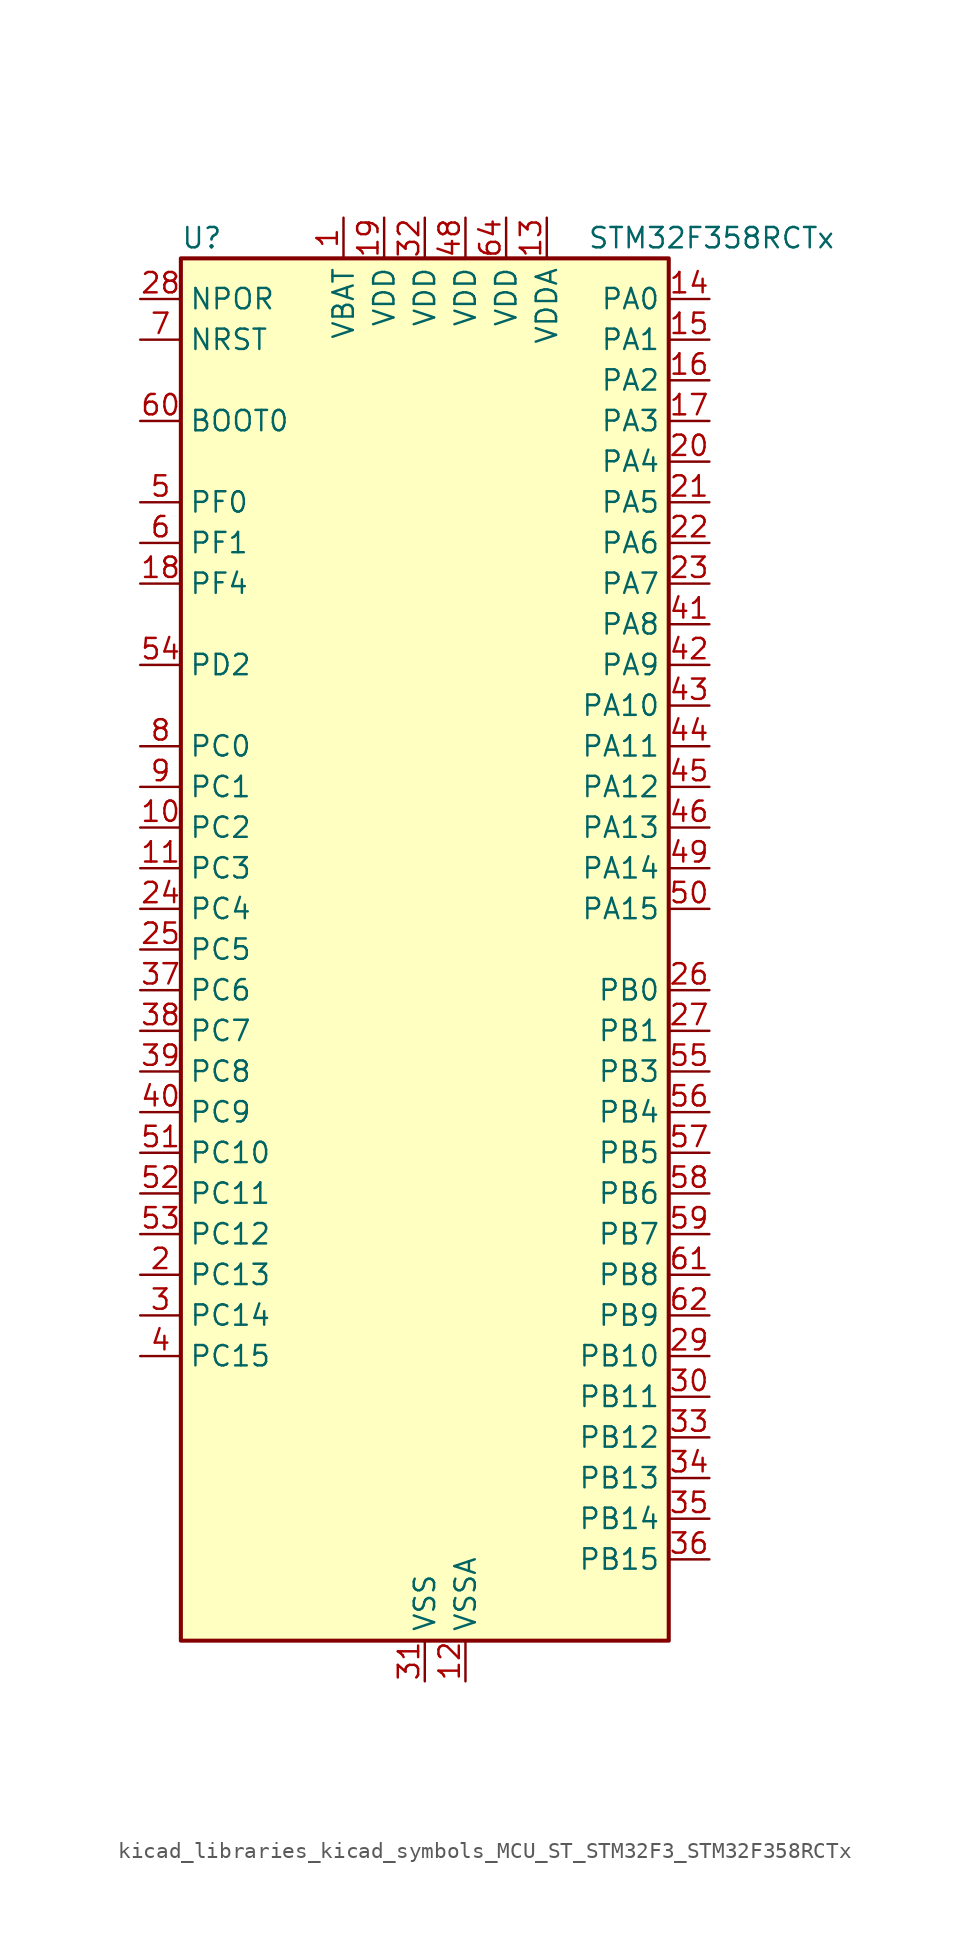
<source format=kicad_sym>
(kicad_symbol_lib
  (version 20220914)
  (generator kicad_symbol_editor)
  (symbol "kicad_libraries_kicad_symbols_MCU_ST_STM32F3_STM32F358RCTx"
    (property "Reference" "U"
      (at -15.24 44.45 0)
      (effects (font (size 1.27 1.27)) (justify left)))
    (property "Value" "STM32F358RCTx"
      (at 10.16 44.45 0)
      (effects (font (size 1.27 1.27)) (justify left)))
    (property "ki_locked" ""
      (at 0 0 0)
      (effects (font (size 1.27 1.27))))
    (symbol "kicad_libraries_kicad_symbols_MCU_ST_STM32F3_STM32F358RCTx_0_1"
      (rectangle (start -15.24 -43.18) (end 15.24 43.18) (stroke (width 0.254) (type default)) (fill (type background))))
    (symbol "kicad_libraries_kicad_symbols_MCU_ST_STM32F3_STM32F358RCTx_1_1"
      (pin power_in line (at -5.08 45.72 270) (length 2.54) (name "VBAT" (effects (font (size 1.27 1.27)))) (number "1" (effects (font (size 1.27 1.27)))))
      (pin bidirectional line (at -17.78 7.62 0) (length 2.54) (name "PC2" (effects (font (size 1.27 1.27)))) (number "10" (effects (font (size 1.27 1.27)))) (alternate "ADC1_IN8" bidirectional line) (alternate "ADC2_IN8" bidirectional line) (alternate "ADC3_EXTI2" bidirectional line) (alternate "ADC4_EXTI2" bidirectional line) (alternate "COMP7_OUT" bidirectional line))
      (pin bidirectional line (at -17.78 5.08 0) (length 2.54) (name "PC3" (effects (font (size 1.27 1.27)))) (number "11" (effects (font (size 1.27 1.27)))) (alternate "ADC1_IN9" bidirectional line) (alternate "ADC2_IN9" bidirectional line) (alternate "TIM1_BKIN2" bidirectional line))
      (pin power_in line (at 2.54 -45.72 90) (length 2.54) (name "VSSA" (effects (font (size 1.27 1.27)))) (number "12" (effects (font (size 1.27 1.27)))))
      (pin power_in line (at 7.62 45.72 270) (length 2.54) (name "VDDA" (effects (font (size 1.27 1.27)))) (number "13" (effects (font (size 1.27 1.27)))))
      (pin bidirectional line (at 17.78 40.64 180) (length 2.54) (name "PA0" (effects (font (size 1.27 1.27)))) (number "14" (effects (font (size 1.27 1.27)))) (alternate "ADC1_IN1" bidirectional line) (alternate "COMP1_INM" bidirectional line) (alternate "COMP1_OUT" bidirectional line) (alternate "COMP7_INP" bidirectional line) (alternate "RTC_TAMP2" bidirectional line) (alternate "SYS_WKUP1" bidirectional line) (alternate "TIM2_CH1" bidirectional line) (alternate "TIM2_ETR" bidirectional line) (alternate "TIM8_BKIN" bidirectional line) (alternate "TIM8_ETR" bidirectional line) (alternate "TSC_G1_IO1" bidirectional line) (alternate "USART2_CTS" bidirectional line))
      (pin bidirectional line (at 17.78 38.1 180) (length 2.54) (name "PA1" (effects (font (size 1.27 1.27)))) (number "15" (effects (font (size 1.27 1.27)))) (alternate "ADC1_IN2" bidirectional line) (alternate "COMP1_INP" bidirectional line) (alternate "OPAMP1_VINP" bidirectional line) (alternate "OPAMP1_VINP_SEC" bidirectional line) (alternate "OPAMP3_VINP" bidirectional line) (alternate "OPAMP3_VINP_SEC" bidirectional line) (alternate "RTC_REFIN" bidirectional line) (alternate "TIM15_CH1N" bidirectional line) (alternate "TIM2_CH2" bidirectional line) (alternate "TSC_G1_IO2" bidirectional line) (alternate "USART2_DE" bidirectional line) (alternate "USART2_RTS" bidirectional line))
      (pin bidirectional line (at 17.78 35.56 180) (length 2.54) (name "PA2" (effects (font (size 1.27 1.27)))) (number "16" (effects (font (size 1.27 1.27)))) (alternate "ADC1_IN3" bidirectional line) (alternate "ADC3_EXTI2" bidirectional line) (alternate "ADC4_EXTI2" bidirectional line) (alternate "COMP2_INM" bidirectional line) (alternate "COMP2_OUT" bidirectional line) (alternate "OPAMP1_VOUT" bidirectional line) (alternate "TIM15_CH1" bidirectional line) (alternate "TIM2_CH3" bidirectional line) (alternate "TSC_G1_IO3" bidirectional line) (alternate "USART2_TX" bidirectional line))
      (pin bidirectional line (at 17.78 33.02 180) (length 2.54) (name "PA3" (effects (font (size 1.27 1.27)))) (number "17" (effects (font (size 1.27 1.27)))) (alternate "ADC1_IN4" bidirectional line) (alternate "COMP2_INP" bidirectional line) (alternate "OPAMP1_VINM" bidirectional line) (alternate "OPAMP1_VINM_SEC" bidirectional line) (alternate "OPAMP1_VINP" bidirectional line) (alternate "OPAMP1_VINP_SEC" bidirectional line) (alternate "TIM15_CH2" bidirectional line) (alternate "TIM2_CH4" bidirectional line) (alternate "TSC_G1_IO4" bidirectional line) (alternate "USART2_RX" bidirectional line))
      (pin bidirectional line (at -17.78 22.86 0) (length 2.54) (name "PF4" (effects (font (size 1.27 1.27)))) (number "18" (effects (font (size 1.27 1.27)))) (alternate "ADC1_IN5" bidirectional line) (alternate "COMP1_OUT" bidirectional line))
      (pin power_in line (at -2.54 45.72 270) (length 2.54) (name "VDD" (effects (font (size 1.27 1.27)))) (number "19" (effects (font (size 1.27 1.27)))))
      (pin bidirectional line (at -17.78 -20.32 0) (length 2.54) (name "PC13" (effects (font (size 1.27 1.27)))) (number "2" (effects (font (size 1.27 1.27)))) (alternate "RTC_OUT_ALARM" bidirectional line) (alternate "RTC_OUT_CALIB" bidirectional line) (alternate "RTC_TAMP1" bidirectional line) (alternate "RTC_TS" bidirectional line) (alternate "SYS_WKUP2" bidirectional line) (alternate "TIM1_CH1N" bidirectional line))
      (pin bidirectional line (at 17.78 30.48 180) (length 2.54) (name "PA4" (effects (font (size 1.27 1.27)))) (number "20" (effects (font (size 1.27 1.27)))) (alternate "ADC2_IN1" bidirectional line) (alternate "COMP1_INM" bidirectional line) (alternate "COMP2_INM" bidirectional line) (alternate "COMP3_INM" bidirectional line) (alternate "COMP4_INM" bidirectional line) (alternate "COMP5_INM" bidirectional line) (alternate "COMP6_INM" bidirectional line) (alternate "COMP7_INM" bidirectional line) (alternate "DAC_OUT1" bidirectional line) (alternate "I2S3_WS" bidirectional line) (alternate "OPAMP4_VINP" bidirectional line) (alternate "OPAMP4_VINP_SEC" bidirectional line) (alternate "SPI1_NSS" bidirectional line) (alternate "SPI3_NSS" bidirectional line) (alternate "TIM3_CH2" bidirectional line) (alternate "TSC_G2_IO1" bidirectional line) (alternate "USART2_CK" bidirectional line))
      (pin bidirectional line (at 17.78 27.94 180) (length 2.54) (name "PA5" (effects (font (size 1.27 1.27)))) (number "21" (effects (font (size 1.27 1.27)))) (alternate "ADC2_IN2" bidirectional line) (alternate "COMP1_INM" bidirectional line) (alternate "COMP2_INM" bidirectional line) (alternate "COMP3_INM" bidirectional line) (alternate "COMP4_INM" bidirectional line) (alternate "COMP5_INM" bidirectional line) (alternate "COMP6_INM" bidirectional line) (alternate "COMP7_INM" bidirectional line) (alternate "DAC_OUT2" bidirectional line) (alternate "OPAMP1_VINP" bidirectional line) (alternate "OPAMP1_VINP_SEC" bidirectional line) (alternate "OPAMP2_VINM" bidirectional line) (alternate "OPAMP2_VINM_SEC" bidirectional line) (alternate "OPAMP3_VINP" bidirectional line) (alternate "OPAMP3_VINP_SEC" bidirectional line) (alternate "SPI1_SCK" bidirectional line) (alternate "TIM2_CH1" bidirectional line) (alternate "TIM2_ETR" bidirectional line) (alternate "TSC_G2_IO2" bidirectional line))
      (pin bidirectional line (at 17.78 25.4 180) (length 2.54) (name "PA6" (effects (font (size 1.27 1.27)))) (number "22" (effects (font (size 1.27 1.27)))) (alternate "ADC2_IN3" bidirectional line) (alternate "COMP1_OUT" bidirectional line) (alternate "OPAMP2_VOUT" bidirectional line) (alternate "SPI1_MISO" bidirectional line) (alternate "TIM16_CH1" bidirectional line) (alternate "TIM1_BKIN" bidirectional line) (alternate "TIM3_CH1" bidirectional line) (alternate "TIM8_BKIN" bidirectional line) (alternate "TSC_G2_IO3" bidirectional line))
      (pin bidirectional line (at 17.78 22.86 180) (length 2.54) (name "PA7" (effects (font (size 1.27 1.27)))) (number "23" (effects (font (size 1.27 1.27)))) (alternate "ADC2_IN4" bidirectional line) (alternate "COMP2_INP" bidirectional line) (alternate "COMP2_OUT" bidirectional line) (alternate "OPAMP1_VINP" bidirectional line) (alternate "OPAMP1_VINP_SEC" bidirectional line) (alternate "OPAMP2_VINP" bidirectional line) (alternate "OPAMP2_VINP_SEC" bidirectional line) (alternate "SPI1_MOSI" bidirectional line) (alternate "TIM17_CH1" bidirectional line) (alternate "TIM1_CH1N" bidirectional line) (alternate "TIM3_CH2" bidirectional line) (alternate "TIM8_CH1N" bidirectional line) (alternate "TSC_G2_IO4" bidirectional line))
      (pin bidirectional line (at -17.78 2.54 0) (length 2.54) (name "PC4" (effects (font (size 1.27 1.27)))) (number "24" (effects (font (size 1.27 1.27)))) (alternate "ADC2_IN5" bidirectional line) (alternate "USART1_TX" bidirectional line))
      (pin bidirectional line (at -17.78 0 0) (length 2.54) (name "PC5" (effects (font (size 1.27 1.27)))) (number "25" (effects (font (size 1.27 1.27)))) (alternate "ADC2_IN11" bidirectional line) (alternate "OPAMP1_VINM" bidirectional line) (alternate "OPAMP1_VINM_SEC" bidirectional line) (alternate "OPAMP2_VINM" bidirectional line) (alternate "OPAMP2_VINM_SEC" bidirectional line) (alternate "TSC_G3_IO1" bidirectional line) (alternate "USART1_RX" bidirectional line))
      (pin bidirectional line (at 17.78 -2.54 180) (length 2.54) (name "PB0" (effects (font (size 1.27 1.27)))) (number "26" (effects (font (size 1.27 1.27)))) (alternate "ADC3_IN12" bidirectional line) (alternate "COMP4_INP" bidirectional line) (alternate "OPAMP2_VINP" bidirectional line) (alternate "OPAMP2_VINP_SEC" bidirectional line) (alternate "OPAMP3_VINP" bidirectional line) (alternate "OPAMP3_VINP_SEC" bidirectional line) (alternate "TIM1_CH2N" bidirectional line) (alternate "TIM3_CH3" bidirectional line) (alternate "TIM8_CH2N" bidirectional line) (alternate "TSC_G3_IO2" bidirectional line))
      (pin bidirectional line (at 17.78 -5.08 180) (length 2.54) (name "PB1" (effects (font (size 1.27 1.27)))) (number "27" (effects (font (size 1.27 1.27)))) (alternate "ADC3_IN1" bidirectional line) (alternate "COMP4_OUT" bidirectional line) (alternate "OPAMP3_VOUT" bidirectional line) (alternate "TIM1_CH3N" bidirectional line) (alternate "TIM3_CH4" bidirectional line) (alternate "TIM8_CH3N" bidirectional line) (alternate "TSC_G3_IO3" bidirectional line))
      (pin input line (at -17.78 40.64 0) (length 2.54) (name "NPOR" (effects (font (size 1.27 1.27)))) (number "28" (effects (font (size 1.27 1.27)))))
      (pin bidirectional line (at 17.78 -25.4 180) (length 2.54) (name "PB10" (effects (font (size 1.27 1.27)))) (number "29" (effects (font (size 1.27 1.27)))) (alternate "COMP5_INM" bidirectional line) (alternate "OPAMP3_VINM" bidirectional line) (alternate "OPAMP3_VINM_SEC" bidirectional line) (alternate "OPAMP4_VINM" bidirectional line) (alternate "OPAMP4_VINM_SEC" bidirectional line) (alternate "TIM2_CH3" bidirectional line) (alternate "TSC_SYNC" bidirectional line) (alternate "USART3_TX" bidirectional line))
      (pin bidirectional line (at -17.78 -22.86 0) (length 2.54) (name "PC14" (effects (font (size 1.27 1.27)))) (number "3" (effects (font (size 1.27 1.27)))) (alternate "RCC_OSC32_IN" bidirectional line))
      (pin bidirectional line (at 17.78 -27.94 180) (length 2.54) (name "PB11" (effects (font (size 1.27 1.27)))) (number "30" (effects (font (size 1.27 1.27)))) (alternate "ADC1_EXTI11" bidirectional line) (alternate "ADC2_EXTI11" bidirectional line) (alternate "COMP6_INP" bidirectional line) (alternate "OPAMP4_VINP" bidirectional line) (alternate "OPAMP4_VINP_SEC" bidirectional line) (alternate "TIM2_CH4" bidirectional line) (alternate "TSC_G6_IO1" bidirectional line) (alternate "USART3_RX" bidirectional line))
      (pin power_in line (at 0 -45.72 90) (length 2.54) (name "VSS" (effects (font (size 1.27 1.27)))) (number "31" (effects (font (size 1.27 1.27)))))
      (pin power_in line (at 0 45.72 270) (length 2.54) (name "VDD" (effects (font (size 1.27 1.27)))) (number "32" (effects (font (size 1.27 1.27)))))
      (pin bidirectional line (at 17.78 -30.48 180) (length 2.54) (name "PB12" (effects (font (size 1.27 1.27)))) (number "33" (effects (font (size 1.27 1.27)))) (alternate "ADC4_IN3" bidirectional line) (alternate "COMP3_INM" bidirectional line) (alternate "I2C2_SMBA" bidirectional line) (alternate "I2S2_WS" bidirectional line) (alternate "OPAMP4_VOUT" bidirectional line) (alternate "SPI2_NSS" bidirectional line) (alternate "TIM1_BKIN" bidirectional line) (alternate "TSC_G6_IO2" bidirectional line) (alternate "USART3_CK" bidirectional line))
      (pin bidirectional line (at 17.78 -33.02 180) (length 2.54) (name "PB13" (effects (font (size 1.27 1.27)))) (number "34" (effects (font (size 1.27 1.27)))) (alternate "ADC3_IN5" bidirectional line) (alternate "COMP5_INP" bidirectional line) (alternate "I2S2_CK" bidirectional line) (alternate "OPAMP3_VINP" bidirectional line) (alternate "OPAMP3_VINP_SEC" bidirectional line) (alternate "OPAMP4_VINP" bidirectional line) (alternate "OPAMP4_VINP_SEC" bidirectional line) (alternate "SPI2_SCK" bidirectional line) (alternate "TIM1_CH1N" bidirectional line) (alternate "TSC_G6_IO3" bidirectional line) (alternate "USART3_CTS" bidirectional line))
      (pin bidirectional line (at 17.78 -35.56 180) (length 2.54) (name "PB14" (effects (font (size 1.27 1.27)))) (number "35" (effects (font (size 1.27 1.27)))) (alternate "ADC4_IN4" bidirectional line) (alternate "COMP3_INP" bidirectional line) (alternate "I2S2_ext_SD" bidirectional line) (alternate "OPAMP2_VINP" bidirectional line) (alternate "OPAMP2_VINP_SEC" bidirectional line) (alternate "SPI2_MISO" bidirectional line) (alternate "TIM15_CH1" bidirectional line) (alternate "TIM1_CH2N" bidirectional line) (alternate "TSC_G6_IO4" bidirectional line) (alternate "USART3_DE" bidirectional line) (alternate "USART3_RTS" bidirectional line))
      (pin bidirectional line (at 17.78 -38.1 180) (length 2.54) (name "PB15" (effects (font (size 1.27 1.27)))) (number "36" (effects (font (size 1.27 1.27)))) (alternate "ADC1_EXTI15" bidirectional line) (alternate "ADC2_EXTI15" bidirectional line) (alternate "ADC4_IN5" bidirectional line) (alternate "COMP6_INM" bidirectional line) (alternate "I2S2_SD" bidirectional line) (alternate "RTC_REFIN" bidirectional line) (alternate "SPI2_MOSI" bidirectional line) (alternate "TIM15_CH1N" bidirectional line) (alternate "TIM15_CH2" bidirectional line) (alternate "TIM1_CH3N" bidirectional line))
      (pin bidirectional line (at -17.78 -2.54 0) (length 2.54) (name "PC6" (effects (font (size 1.27 1.27)))) (number "37" (effects (font (size 1.27 1.27)))) (alternate "COMP6_OUT" bidirectional line) (alternate "I2S2_MCK" bidirectional line) (alternate "TIM3_CH1" bidirectional line) (alternate "TIM8_CH1" bidirectional line))
      (pin bidirectional line (at -17.78 -5.08 0) (length 2.54) (name "PC7" (effects (font (size 1.27 1.27)))) (number "38" (effects (font (size 1.27 1.27)))) (alternate "COMP5_OUT" bidirectional line) (alternate "I2S3_MCK" bidirectional line) (alternate "TIM3_CH2" bidirectional line) (alternate "TIM8_CH2" bidirectional line))
      (pin bidirectional line (at -17.78 -7.62 0) (length 2.54) (name "PC8" (effects (font (size 1.27 1.27)))) (number "39" (effects (font (size 1.27 1.27)))) (alternate "COMP3_OUT" bidirectional line) (alternate "TIM3_CH3" bidirectional line) (alternate "TIM8_CH3" bidirectional line))
      (pin bidirectional line (at -17.78 -25.4 0) (length 2.54) (name "PC15" (effects (font (size 1.27 1.27)))) (number "4" (effects (font (size 1.27 1.27)))) (alternate "ADC1_EXTI15" bidirectional line) (alternate "ADC2_EXTI15" bidirectional line) (alternate "RCC_OSC32_OUT" bidirectional line))
      (pin bidirectional line (at -17.78 -10.16 0) (length 2.54) (name "PC9" (effects (font (size 1.27 1.27)))) (number "40" (effects (font (size 1.27 1.27)))) (alternate "DAC_EXTI9" bidirectional line) (alternate "I2S_CKIN" bidirectional line) (alternate "TIM3_CH4" bidirectional line) (alternate "TIM8_BKIN2" bidirectional line) (alternate "TIM8_CH4" bidirectional line))
      (pin bidirectional line (at 17.78 20.32 180) (length 2.54) (name "PA8" (effects (font (size 1.27 1.27)))) (number "41" (effects (font (size 1.27 1.27)))) (alternate "COMP3_OUT" bidirectional line) (alternate "I2C2_SMBA" bidirectional line) (alternate "I2S2_MCK" bidirectional line) (alternate "RCC_MCO" bidirectional line) (alternate "TIM1_CH1" bidirectional line) (alternate "TIM4_ETR" bidirectional line) (alternate "USART1_CK" bidirectional line))
      (pin bidirectional line (at 17.78 17.78 180) (length 2.54) (name "PA9" (effects (font (size 1.27 1.27)))) (number "42" (effects (font (size 1.27 1.27)))) (alternate "COMP5_OUT" bidirectional line) (alternate "DAC_EXTI9" bidirectional line) (alternate "I2C2_SCL" bidirectional line) (alternate "I2S3_MCK" bidirectional line) (alternate "TIM15_BKIN" bidirectional line) (alternate "TIM1_CH2" bidirectional line) (alternate "TIM2_CH3" bidirectional line) (alternate "TSC_G4_IO1" bidirectional line) (alternate "USART1_TX" bidirectional line))
      (pin bidirectional line (at 17.78 15.24 180) (length 2.54) (name "PA10" (effects (font (size 1.27 1.27)))) (number "43" (effects (font (size 1.27 1.27)))) (alternate "COMP6_OUT" bidirectional line) (alternate "I2C2_SDA" bidirectional line) (alternate "TIM17_BKIN" bidirectional line) (alternate "TIM1_CH3" bidirectional line) (alternate "TIM2_CH4" bidirectional line) (alternate "TIM8_BKIN" bidirectional line) (alternate "TSC_G4_IO2" bidirectional line) (alternate "USART1_RX" bidirectional line))
      (pin bidirectional line (at 17.78 12.7 180) (length 2.54) (name "PA11" (effects (font (size 1.27 1.27)))) (number "44" (effects (font (size 1.27 1.27)))) (alternate "ADC1_EXTI11" bidirectional line) (alternate "ADC2_EXTI11" bidirectional line) (alternate "CAN_RX" bidirectional line) (alternate "COMP1_OUT" bidirectional line) (alternate "TIM1_BKIN2" bidirectional line) (alternate "TIM1_CH1N" bidirectional line) (alternate "TIM1_CH4" bidirectional line) (alternate "TIM4_CH1" bidirectional line) (alternate "USART1_CTS" bidirectional line))
      (pin bidirectional line (at 17.78 10.16 180) (length 2.54) (name "PA12" (effects (font (size 1.27 1.27)))) (number "45" (effects (font (size 1.27 1.27)))) (alternate "CAN_TX" bidirectional line) (alternate "COMP2_OUT" bidirectional line) (alternate "TIM16_CH1" bidirectional line) (alternate "TIM1_CH2N" bidirectional line) (alternate "TIM1_ETR" bidirectional line) (alternate "TIM4_CH2" bidirectional line) (alternate "USART1_DE" bidirectional line) (alternate "USART1_RTS" bidirectional line))
      (pin bidirectional line (at 17.78 7.62 180) (length 2.54) (name "PA13" (effects (font (size 1.27 1.27)))) (number "46" (effects (font (size 1.27 1.27)))) (alternate "IR_OUT" bidirectional line) (alternate "SYS_JTMS-SWDIO" bidirectional line) (alternate "TIM16_CH1N" bidirectional line) (alternate "TIM4_CH3" bidirectional line) (alternate "TSC_G4_IO3" bidirectional line) (alternate "USART3_CTS" bidirectional line))
      (pin passive line (at 0 -45.72 90) (length 2.54) hide (name "VSS" (effects (font (size 1.27 1.27)))) (number "47" (effects (font (size 1.27 1.27)))))
      (pin power_in line (at 2.54 45.72 270) (length 2.54) (name "VDD" (effects (font (size 1.27 1.27)))) (number "48" (effects (font (size 1.27 1.27)))))
      (pin bidirectional line (at 17.78 5.08 180) (length 2.54) (name "PA14" (effects (font (size 1.27 1.27)))) (number "49" (effects (font (size 1.27 1.27)))) (alternate "I2C1_SDA" bidirectional line) (alternate "SYS_JTCK-SWCLK" bidirectional line) (alternate "TIM1_BKIN" bidirectional line) (alternate "TIM8_CH2" bidirectional line) (alternate "TSC_G4_IO4" bidirectional line) (alternate "USART2_TX" bidirectional line))
      (pin bidirectional line (at -17.78 27.94 0) (length 2.54) (name "PF0" (effects (font (size 1.27 1.27)))) (number "5" (effects (font (size 1.27 1.27)))) (alternate "I2C2_SDA" bidirectional line) (alternate "RCC_OSC_IN" bidirectional line) (alternate "TIM1_CH3N" bidirectional line))
      (pin bidirectional line (at 17.78 2.54 180) (length 2.54) (name "PA15" (effects (font (size 1.27 1.27)))) (number "50" (effects (font (size 1.27 1.27)))) (alternate "ADC1_EXTI15" bidirectional line) (alternate "ADC2_EXTI15" bidirectional line) (alternate "I2C1_SCL" bidirectional line) (alternate "I2S3_WS" bidirectional line) (alternate "SPI1_NSS" bidirectional line) (alternate "SPI3_NSS" bidirectional line) (alternate "SYS_JTDI" bidirectional line) (alternate "TIM1_BKIN" bidirectional line) (alternate "TIM2_CH1" bidirectional line) (alternate "TIM2_ETR" bidirectional line) (alternate "TIM8_CH1" bidirectional line) (alternate "USART2_RX" bidirectional line))
      (pin bidirectional line (at -17.78 -12.7 0) (length 2.54) (name "PC10" (effects (font (size 1.27 1.27)))) (number "51" (effects (font (size 1.27 1.27)))) (alternate "I2S3_CK" bidirectional line) (alternate "SPI3_SCK" bidirectional line) (alternate "TIM8_CH1N" bidirectional line) (alternate "UART4_TX" bidirectional line) (alternate "USART3_TX" bidirectional line))
      (pin bidirectional line (at -17.78 -15.24 0) (length 2.54) (name "PC11" (effects (font (size 1.27 1.27)))) (number "52" (effects (font (size 1.27 1.27)))) (alternate "ADC1_EXTI11" bidirectional line) (alternate "ADC2_EXTI11" bidirectional line) (alternate "I2S3_ext_SD" bidirectional line) (alternate "SPI3_MISO" bidirectional line) (alternate "TIM8_CH2N" bidirectional line) (alternate "UART4_RX" bidirectional line) (alternate "USART3_RX" bidirectional line))
      (pin bidirectional line (at -17.78 -17.78 0) (length 2.54) (name "PC12" (effects (font (size 1.27 1.27)))) (number "53" (effects (font (size 1.27 1.27)))) (alternate "I2S3_SD" bidirectional line) (alternate "SPI3_MOSI" bidirectional line) (alternate "TIM8_CH3N" bidirectional line) (alternate "UART5_TX" bidirectional line) (alternate "USART3_CK" bidirectional line))
      (pin bidirectional line (at -17.78 17.78 0) (length 2.54) (name "PD2" (effects (font (size 1.27 1.27)))) (number "54" (effects (font (size 1.27 1.27)))) (alternate "ADC3_EXTI2" bidirectional line) (alternate "ADC4_EXTI2" bidirectional line) (alternate "TIM3_ETR" bidirectional line) (alternate "TIM8_BKIN" bidirectional line) (alternate "UART5_RX" bidirectional line))
      (pin bidirectional line (at 17.78 -7.62 180) (length 2.54) (name "PB3" (effects (font (size 1.27 1.27)))) (number "55" (effects (font (size 1.27 1.27)))) (alternate "I2S3_CK" bidirectional line) (alternate "SPI1_SCK" bidirectional line) (alternate "SPI3_SCK" bidirectional line) (alternate "SYS_JTDO-TRACESWO" bidirectional line) (alternate "TIM2_CH2" bidirectional line) (alternate "TIM3_ETR" bidirectional line) (alternate "TIM4_ETR" bidirectional line) (alternate "TIM8_CH1N" bidirectional line) (alternate "TSC_G5_IO1" bidirectional line) (alternate "USART2_TX" bidirectional line))
      (pin bidirectional line (at 17.78 -10.16 180) (length 2.54) (name "PB4" (effects (font (size 1.27 1.27)))) (number "56" (effects (font (size 1.27 1.27)))) (alternate "I2S3_ext_SD" bidirectional line) (alternate "SPI1_MISO" bidirectional line) (alternate "SPI3_MISO" bidirectional line) (alternate "SYS_NJTRST" bidirectional line) (alternate "TIM16_CH1" bidirectional line) (alternate "TIM17_BKIN" bidirectional line) (alternate "TIM3_CH1" bidirectional line) (alternate "TIM8_CH2N" bidirectional line) (alternate "TSC_G5_IO2" bidirectional line) (alternate "USART2_RX" bidirectional line))
      (pin bidirectional line (at 17.78 -12.7 180) (length 2.54) (name "PB5" (effects (font (size 1.27 1.27)))) (number "57" (effects (font (size 1.27 1.27)))) (alternate "I2C1_SMBA" bidirectional line) (alternate "I2S3_SD" bidirectional line) (alternate "SPI1_MOSI" bidirectional line) (alternate "SPI3_MOSI" bidirectional line) (alternate "TIM16_BKIN" bidirectional line) (alternate "TIM17_CH1" bidirectional line) (alternate "TIM3_CH2" bidirectional line) (alternate "TIM8_CH3N" bidirectional line) (alternate "USART2_CK" bidirectional line))
      (pin bidirectional line (at 17.78 -15.24 180) (length 2.54) (name "PB6" (effects (font (size 1.27 1.27)))) (number "58" (effects (font (size 1.27 1.27)))) (alternate "I2C1_SCL" bidirectional line) (alternate "TIM16_CH1N" bidirectional line) (alternate "TIM4_CH1" bidirectional line) (alternate "TIM8_BKIN2" bidirectional line) (alternate "TIM8_CH1" bidirectional line) (alternate "TIM8_ETR" bidirectional line) (alternate "TSC_G5_IO3" bidirectional line) (alternate "USART1_TX" bidirectional line))
      (pin bidirectional line (at 17.78 -17.78 180) (length 2.54) (name "PB7" (effects (font (size 1.27 1.27)))) (number "59" (effects (font (size 1.27 1.27)))) (alternate "I2C1_SDA" bidirectional line) (alternate "TIM17_CH1N" bidirectional line) (alternate "TIM3_CH4" bidirectional line) (alternate "TIM4_CH2" bidirectional line) (alternate "TIM8_BKIN" bidirectional line) (alternate "TSC_G5_IO4" bidirectional line) (alternate "USART1_RX" bidirectional line))
      (pin bidirectional line (at -17.78 25.4 0) (length 2.54) (name "PF1" (effects (font (size 1.27 1.27)))) (number "6" (effects (font (size 1.27 1.27)))) (alternate "I2C2_SCL" bidirectional line) (alternate "RCC_OSC_OUT" bidirectional line))
      (pin input line (at -17.78 33.02 0) (length 2.54) (name "BOOT0" (effects (font (size 1.27 1.27)))) (number "60" (effects (font (size 1.27 1.27)))))
      (pin bidirectional line (at 17.78 -20.32 180) (length 2.54) (name "PB8" (effects (font (size 1.27 1.27)))) (number "61" (effects (font (size 1.27 1.27)))) (alternate "CAN_RX" bidirectional line) (alternate "COMP1_OUT" bidirectional line) (alternate "I2C1_SCL" bidirectional line) (alternate "TIM16_CH1" bidirectional line) (alternate "TIM1_BKIN" bidirectional line) (alternate "TIM4_CH3" bidirectional line) (alternate "TIM8_CH2" bidirectional line) (alternate "TSC_SYNC" bidirectional line))
      (pin bidirectional line (at 17.78 -22.86 180) (length 2.54) (name "PB9" (effects (font (size 1.27 1.27)))) (number "62" (effects (font (size 1.27 1.27)))) (alternate "CAN_TX" bidirectional line) (alternate "COMP2_OUT" bidirectional line) (alternate "DAC_EXTI9" bidirectional line) (alternate "I2C1_SDA" bidirectional line) (alternate "IR_OUT" bidirectional line) (alternate "TIM17_CH1" bidirectional line) (alternate "TIM4_CH4" bidirectional line) (alternate "TIM8_CH3" bidirectional line))
      (pin passive line (at 0 -45.72 90) (length 2.54) hide (name "VSS" (effects (font (size 1.27 1.27)))) (number "63" (effects (font (size 1.27 1.27)))))
      (pin power_in line (at 5.08 45.72 270) (length 2.54) (name "VDD" (effects (font (size 1.27 1.27)))) (number "64" (effects (font (size 1.27 1.27)))))
      (pin input line (at -17.78 38.1 0) (length 2.54) (name "NRST" (effects (font (size 1.27 1.27)))) (number "7" (effects (font (size 1.27 1.27)))))
      (pin bidirectional line (at -17.78 12.7 0) (length 2.54) (name "PC0" (effects (font (size 1.27 1.27)))) (number "8" (effects (font (size 1.27 1.27)))) (alternate "ADC1_IN6" bidirectional line) (alternate "ADC2_IN6" bidirectional line) (alternate "COMP7_INM" bidirectional line))
      (pin bidirectional line (at -17.78 10.16 0) (length 2.54) (name "PC1" (effects (font (size 1.27 1.27)))) (number "9" (effects (font (size 1.27 1.27)))) (alternate "ADC1_IN7" bidirectional line) (alternate "ADC2_IN7" bidirectional line) (alternate "COMP7_INP" bidirectional line)))))
</source>
